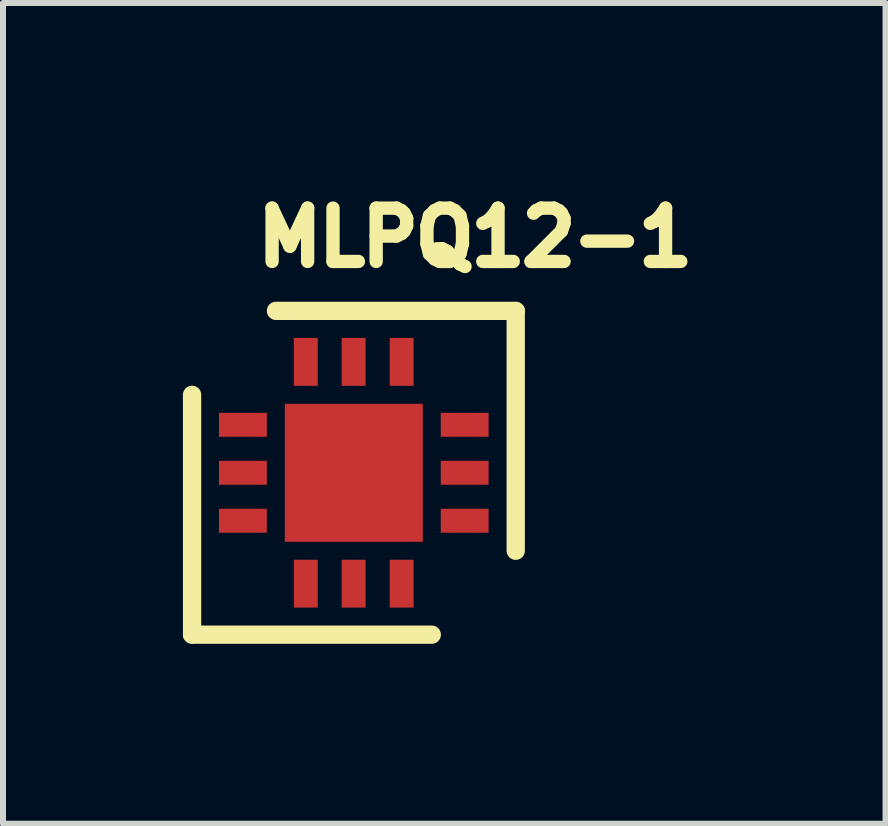
<source format=kicad_pcb>
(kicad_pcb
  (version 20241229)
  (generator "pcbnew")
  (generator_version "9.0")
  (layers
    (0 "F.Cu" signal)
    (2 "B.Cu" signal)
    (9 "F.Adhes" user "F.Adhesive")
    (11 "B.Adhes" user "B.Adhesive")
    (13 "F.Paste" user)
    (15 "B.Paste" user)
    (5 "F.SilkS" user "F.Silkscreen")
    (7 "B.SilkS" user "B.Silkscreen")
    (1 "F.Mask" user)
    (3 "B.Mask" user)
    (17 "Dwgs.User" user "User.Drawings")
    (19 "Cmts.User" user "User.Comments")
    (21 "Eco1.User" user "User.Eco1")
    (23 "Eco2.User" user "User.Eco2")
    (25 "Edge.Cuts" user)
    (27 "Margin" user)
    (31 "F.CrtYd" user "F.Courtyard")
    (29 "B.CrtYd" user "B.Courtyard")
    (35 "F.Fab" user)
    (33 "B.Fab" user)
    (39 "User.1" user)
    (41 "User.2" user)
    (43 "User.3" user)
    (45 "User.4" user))
  (footprint "MLPQ12-1"
    (layer "F.Cu")
    (at 2.85 4.834)
    (property "Reference" "MLPQ12-1" (at 2.024 -3.924 0) (layer "F.SilkS") (effects (font (size 0.889 0.889) (thickness 0.224))))
    (attr through_hole)
    (fp_line (start -2.697 -1.3) (end -2.697 2.697) (stroke (width 0.305) (type solid)) (layer "F.SilkS"))
    (fp_line (start -2.697 2.7) (end 1.3 2.7) (stroke (width 0.305) (type solid)) (layer "F.SilkS"))
    (fp_line (start 2.7 -2.7) (end -1.298 -2.7) (stroke (width 0.305) (type solid)) (layer "F.SilkS"))
    (fp_line (start 2.7 1.3) (end 2.7 -2.697) (stroke (width 0.305) (type solid)) (layer "F.SilkS"))
    (pad "0" smd rect (at 0 0) (size 2.301 2.301) (layers "F.Cu" "F.Mask" "F.Paste"))
    (pad "1" smd rect (at -0.8 1.849) (size 0.399 0.798) (layers "F.Cu" "F.Mask" "F.Paste"))
    (pad "2" smd rect (at -0.003 1.849) (size 0.399 0.798) (layers "F.Cu" "F.Mask" "F.Paste"))
    (pad "3" smd rect (at 0.798 1.849) (size 0.399 0.798) (layers "F.Cu" "F.Mask" "F.Paste"))
    (pad "4" smd rect (at 1.849 0.8 270) (size 0.399 0.798) (layers "F.Cu" "F.Mask" "F.Paste"))
    (pad "5" smd rect (at 1.849 0 270) (size 0.399 0.798) (layers "F.Cu" "F.Mask" "F.Paste"))
    (pad "6" smd rect (at 1.849 -0.8 270) (size 0.399 0.798) (layers "F.Cu" "F.Mask" "F.Paste"))
    (pad "7" smd rect (at 0.798 -1.849 180) (size 0.399 0.798) (layers "F.Cu" "F.Mask" "F.Paste"))
    (pad "8" smd rect (at -0.003 -1.849 180) (size 0.399 0.798) (layers "F.Cu" "F.Mask" "F.Paste"))
    (pad "9" smd rect (at -0.8 -1.849 180) (size 0.399 0.798) (layers "F.Cu" "F.Mask" "F.Paste"))
    (pad "10" smd rect (at -1.849 -0.8 90) (size 0.399 0.798) (layers "F.Cu" "F.Mask" "F.Paste"))
    (pad "11" smd rect (at -1.849 0 90) (size 0.399 0.798) (layers "F.Cu" "F.Mask" "F.Paste"))
    (pad "12" smd rect (at -1.849 0.8 90) (size 0.399 0.798) (layers "F.Cu" "F.Mask" "F.Paste")))
  (gr_rect
    (start -3 -3)
    (end 11.717 10.687)
    (stroke (width 0.1) (type default))
    (fill no)
    (layer "Edge.Cuts")))
</source>
